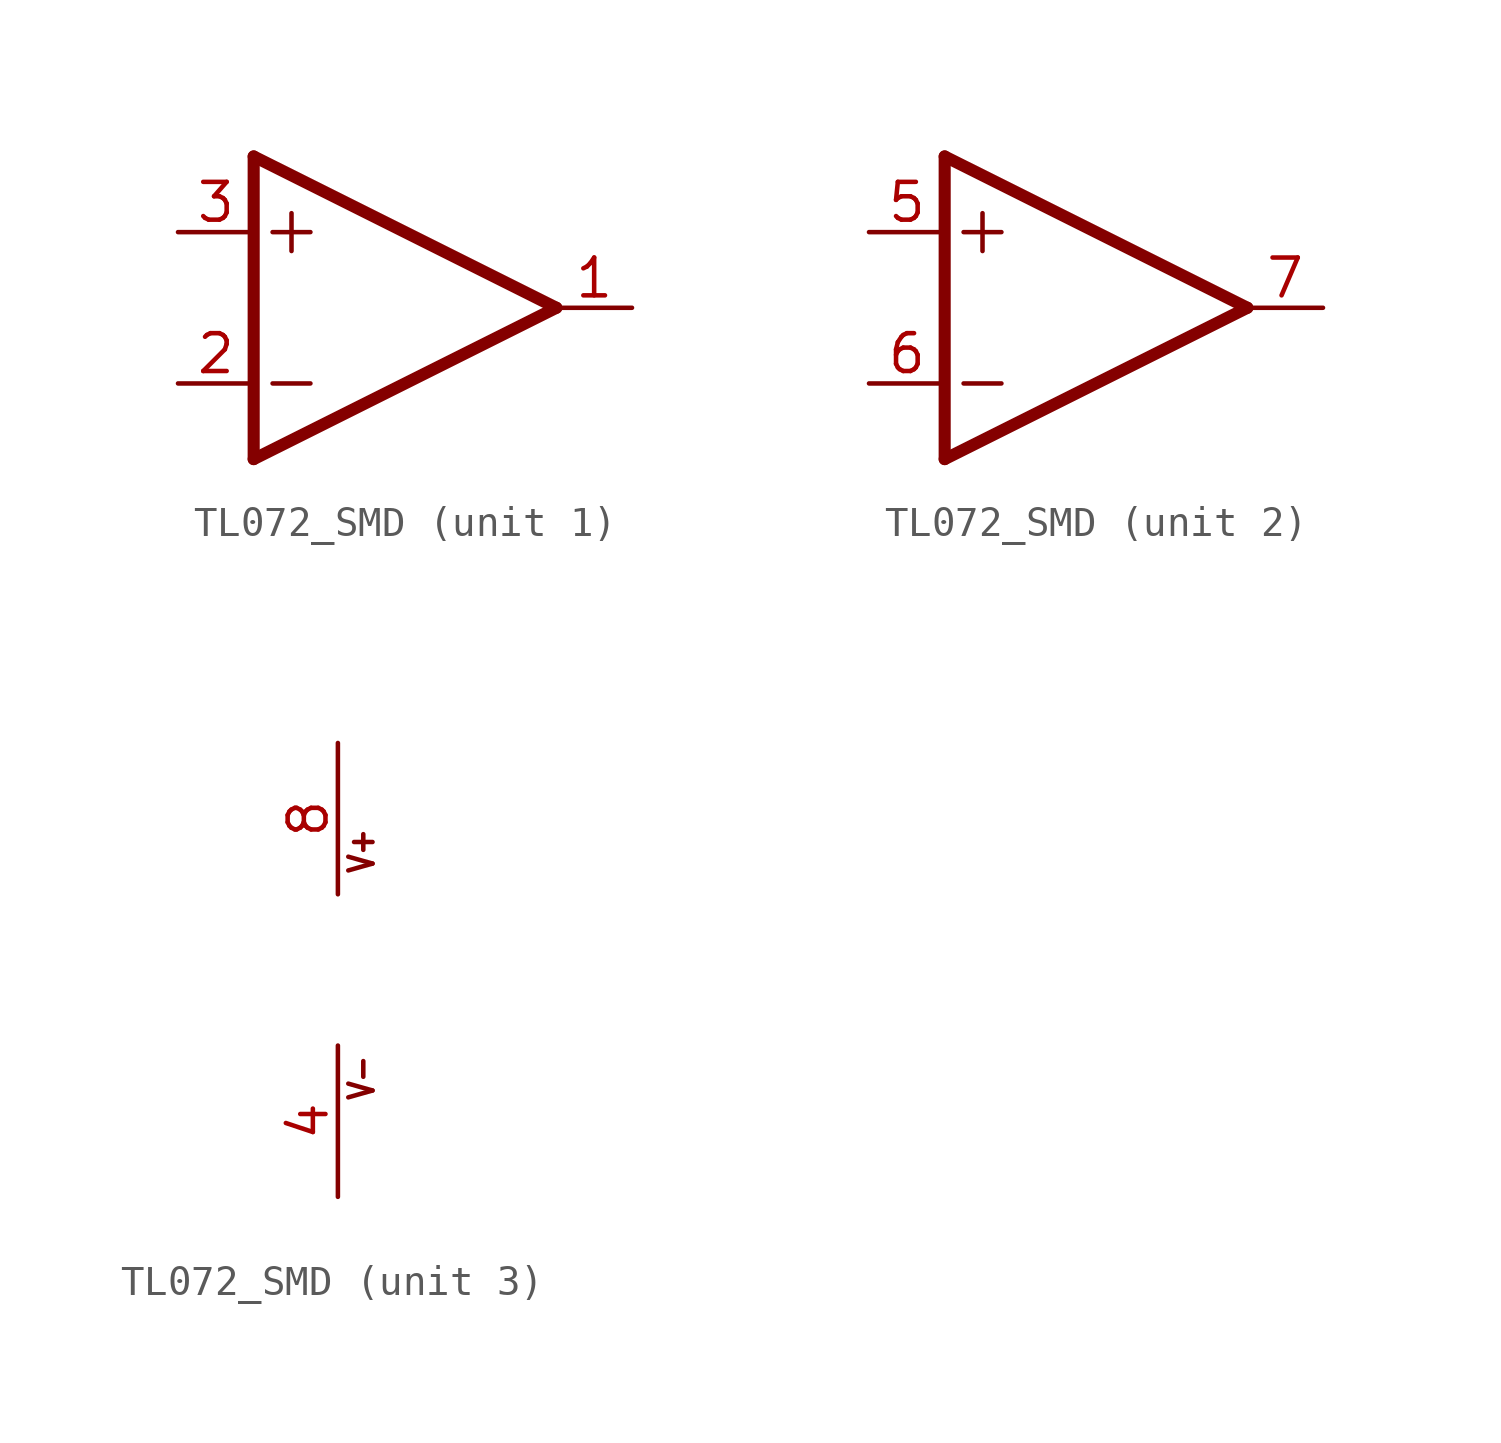
<source format=kicad_sym>
(kicad_symbol_lib
  (version 20211014)
  (generator kicad_symbol_editor)
  (symbol "TL072_SMD"
    (property "Reference" "U"
      (at 2.54 3.175 0)
      (effects (font (size 1.778 1.511)) (justify left bottom) hide))
    (property "ki_locked" ""
      (at 0 0 0)
      (effects (font (size 1.27 1.27))))
    (symbol "TL072_SMD_1_0"
      (polyline (pts (xy -5.08 -5.08) (xy 5.08 0)) (stroke (width 0.406) (type default) (color 0 0 0 0)) (fill (type none)))
      (polyline (pts (xy -5.08 5.08) (xy -5.08 -5.08)) (stroke (width 0.406) (type default) (color 0 0 0 0)) (fill (type none)))
      (polyline (pts (xy -4.445 -2.54) (xy -3.175 -2.54)) (stroke (width 0.152) (type default) (color 0 0 0 0)) (fill (type none)))
      (polyline (pts (xy -4.445 2.54) (xy -3.175 2.54)) (stroke (width 0.152) (type default) (color 0 0 0 0)) (fill (type none)))
      (polyline (pts (xy -3.81 3.175) (xy -3.81 1.905)) (stroke (width 0.152) (type default) (color 0 0 0 0)) (fill (type none)))
      (polyline (pts (xy 5.08 0) (xy -5.08 5.08)) (stroke (width 0.406) (type default) (color 0 0 0 0)) (fill (type none)))
      (pin output line (at 7.62 0 180) (length 2.54) (name "OUT" (effects (font (size 0 0)))) (number "1" (effects (font (size 1.27 1.27)))))
      (pin input line (at -7.62 -2.54 0) (length 2.54) (name "-IN" (effects (font (size 0 0)))) (number "2" (effects (font (size 1.27 1.27)))))
      (pin input line (at -7.62 2.54 0) (length 2.54) (name "+IN" (effects (font (size 0 0)))) (number "3" (effects (font (size 1.27 1.27))))))
    (symbol "TL072_SMD_2_0"
      (polyline (pts (xy -5.08 -5.08) (xy 5.08 0)) (stroke (width 0.406) (type default) (color 0 0 0 0)) (fill (type none)))
      (polyline (pts (xy -5.08 5.08) (xy -5.08 -5.08)) (stroke (width 0.406) (type default) (color 0 0 0 0)) (fill (type none)))
      (polyline (pts (xy -4.445 -2.54) (xy -3.175 -2.54)) (stroke (width 0.152) (type default) (color 0 0 0 0)) (fill (type none)))
      (polyline (pts (xy -4.445 2.54) (xy -3.175 2.54)) (stroke (width 0.152) (type default) (color 0 0 0 0)) (fill (type none)))
      (polyline (pts (xy -3.81 3.175) (xy -3.81 1.905)) (stroke (width 0.152) (type default) (color 0 0 0 0)) (fill (type none)))
      (polyline (pts (xy 5.08 0) (xy -5.08 5.08)) (stroke (width 0.406) (type default) (color 0 0 0 0)) (fill (type none)))
      (pin input line (at -7.62 2.54 0) (length 2.54) (name "+IN" (effects (font (size 0 0)))) (number "5" (effects (font (size 1.27 1.27)))))
      (pin input line (at -7.62 -2.54 0) (length 2.54) (name "-IN" (effects (font (size 0 0)))) (number "6" (effects (font (size 1.27 1.27)))))
      (pin output line (at 7.62 0 180) (length 2.54) (name "OUT" (effects (font (size 0 0)))) (number "7" (effects (font (size 1.27 1.27))))))
    (symbol "TL072_SMD_3_0"
      (text "V+" (at 1.27 3.175 900) (effects (font (size 0.813 0.691)) (justify left bottom)))
      (text "V-" (at 1.27 -4.445 900) (effects (font (size 0.813 0.691)) (justify left bottom)))
      (pin power_in line (at 0 -7.62 90) (length 5.08) (name "V-" (effects (font (size 0 0)))) (number "4" (effects (font (size 1.27 1.27)))))
      (pin power_in line (at 0 7.62 270) (length 5.08) (name "V+" (effects (font (size 0 0)))) (number "8" (effects (font (size 1.27 1.27))))))))
</source>
